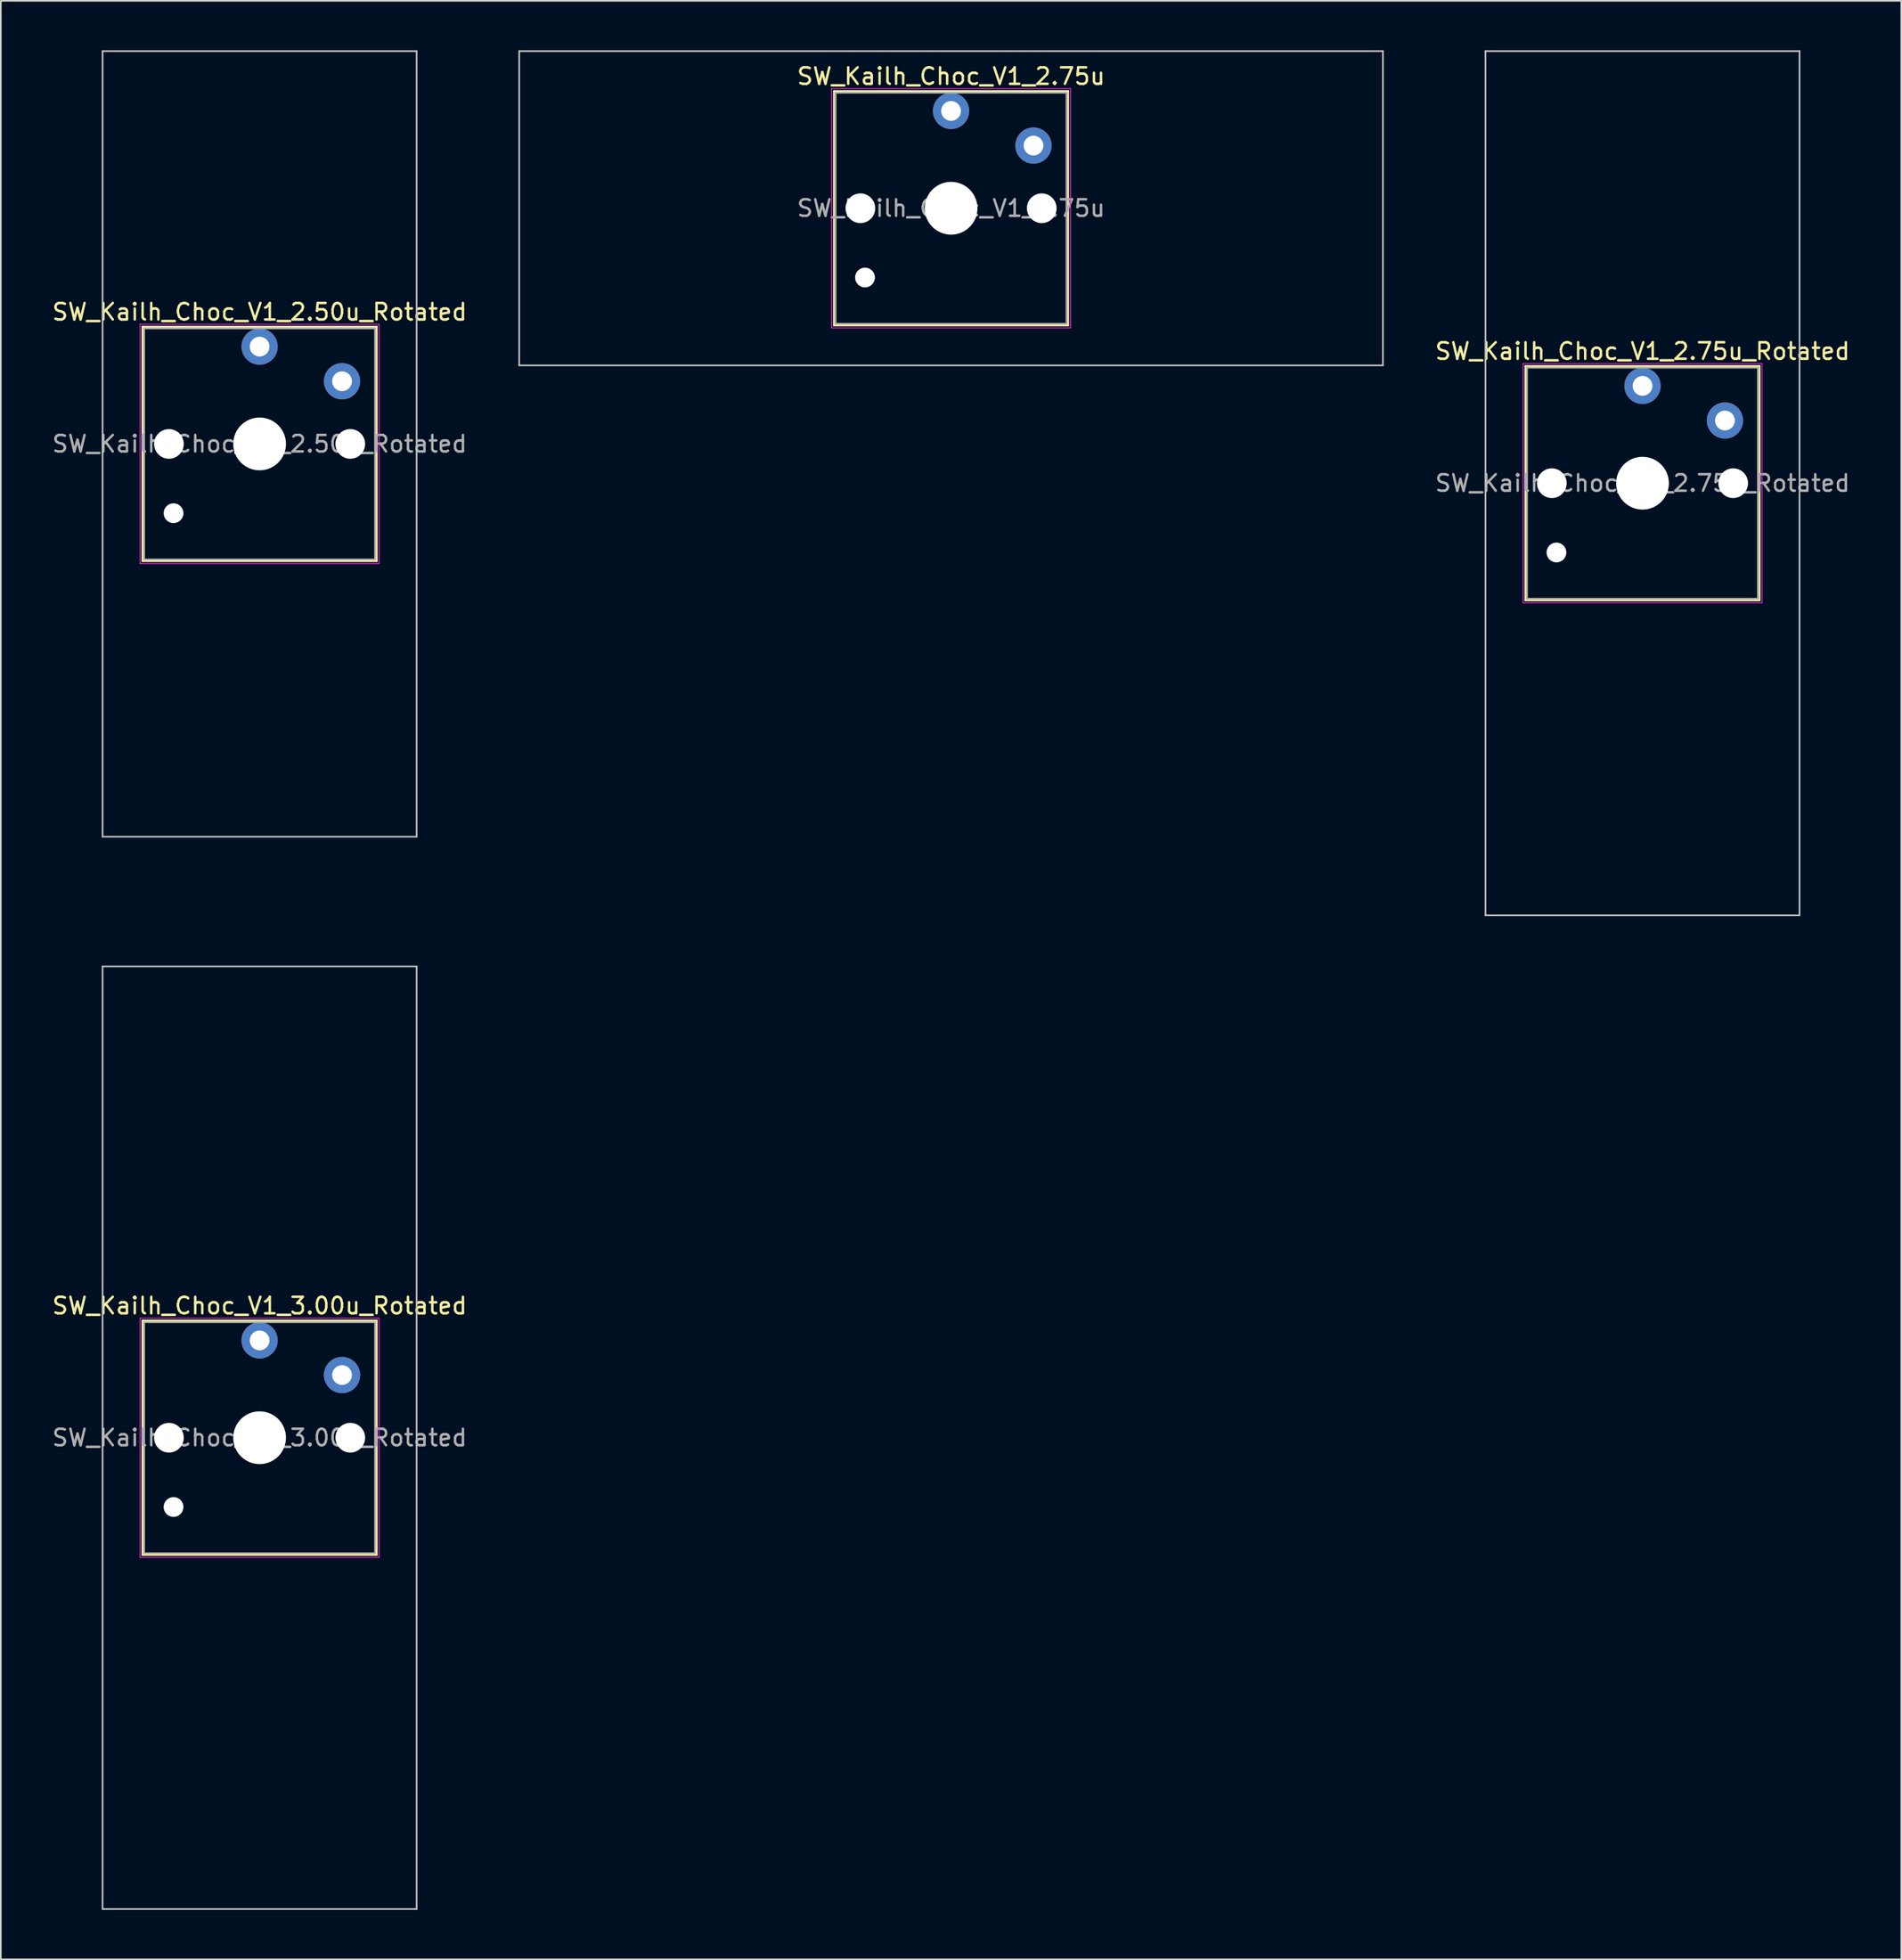
<source format=kicad_pcb>
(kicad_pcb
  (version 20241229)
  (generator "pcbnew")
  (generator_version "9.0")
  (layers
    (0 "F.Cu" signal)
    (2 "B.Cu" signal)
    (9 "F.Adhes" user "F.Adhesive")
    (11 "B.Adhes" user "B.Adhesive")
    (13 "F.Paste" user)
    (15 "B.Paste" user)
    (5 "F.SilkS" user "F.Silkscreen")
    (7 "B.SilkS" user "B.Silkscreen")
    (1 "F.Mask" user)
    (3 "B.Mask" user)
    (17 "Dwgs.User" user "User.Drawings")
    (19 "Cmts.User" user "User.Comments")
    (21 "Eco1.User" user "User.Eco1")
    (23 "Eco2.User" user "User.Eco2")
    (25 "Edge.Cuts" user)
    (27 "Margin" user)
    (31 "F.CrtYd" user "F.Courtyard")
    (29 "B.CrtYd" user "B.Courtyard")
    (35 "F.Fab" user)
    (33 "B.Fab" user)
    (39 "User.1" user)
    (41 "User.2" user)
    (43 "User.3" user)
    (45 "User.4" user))
  (footprint "SW_Kailh_Choc_V1_2.50u_Rotated"
    (layer "F.Cu")
    (at 12.696 23.863)
    (property "Reference" "SW_Kailh_Choc_V1_2.50u_Rotated" (at 0 -8 0) (layer "F.SilkS") (effects (font (size 1 1) (thickness 0.15))))
    (attr through_hole)
    (fp_line (start -7.1 -7.1) (end -7.1 7.1) (stroke (width 0.12) (type solid)) (layer "F.SilkS"))
    (fp_line (start -7.1 7.1) (end 7.1 7.1) (stroke (width 0.12) (type solid)) (layer "F.SilkS"))
    (fp_line (start 7.1 -7.1) (end -7.1 -7.1) (stroke (width 0.12) (type solid)) (layer "F.SilkS"))
    (fp_line (start 7.1 7.1) (end 7.1 -7.1) (stroke (width 0.12) (type solid)) (layer "F.SilkS"))
    (fp_line (start -9.525 -23.812) (end -9.525 23.812) (stroke (width 0.1) (type solid)) (layer "Dwgs.User"))
    (fp_line (start -9.525 23.812) (end 9.525 23.812) (stroke (width 0.1) (type solid)) (layer "Dwgs.User"))
    (fp_line (start 9.525 -23.812) (end -9.525 -23.812) (stroke (width 0.1) (type solid)) (layer "Dwgs.User"))
    (fp_line (start 9.525 23.812) (end 9.525 -23.812) (stroke (width 0.1) (type solid)) (layer "Dwgs.User"))
    (fp_line (start -7.25 -7.25) (end -7.25 7.25) (stroke (width 0.05) (type solid)) (layer "F.CrtYd"))
    (fp_line (start -7.25 7.25) (end 7.25 7.25) (stroke (width 0.05) (type solid)) (layer "F.CrtYd"))
    (fp_line (start 7.25 -7.25) (end -7.25 -7.25) (stroke (width 0.05) (type solid)) (layer "F.CrtYd"))
    (fp_line (start 7.25 7.25) (end 7.25 -7.25) (stroke (width 0.05) (type solid)) (layer "F.CrtYd"))
    (fp_line (start -7 -7) (end -7 7) (stroke (width 0.1) (type solid)) (layer "F.Fab"))
    (fp_line (start -7 7) (end 7 7) (stroke (width 0.1) (type solid)) (layer "F.Fab"))
    (fp_line (start 7 -7) (end -7 -7) (stroke (width 0.1) (type solid)) (layer "F.Fab"))
    (fp_line (start 7 7) (end 7 -7) (stroke (width 0.1) (type solid)) (layer "F.Fab"))
    (fp_text user "${REFERENCE}" (at 0 0 0) (layer "F.Fab") (effects (font (size 1 1) (thickness 0.15))))
    (pad "" np_thru_hole circle (at -5.5 0) (size 1.8 1.8) (drill 1.8) (layers "*.Cu" "*.Mask"))
    (pad "" np_thru_hole circle (at -5.22 4.2) (size 1.2 1.2) (drill 1.2) (layers "*.Cu" "*.Mask"))
    (pad "" np_thru_hole circle (at 0 0) (size 3.2 3.2) (drill 3.2) (layers "*.Cu" "*.Mask"))
    (pad "" np_thru_hole circle (at 5.5 0) (size 1.8 1.8) (drill 1.8) (layers "*.Cu" "*.Mask"))
    (pad "1" thru_hole circle (at 0 -5.9) (size 2.2 2.2) (drill 1.2) (layers "*.Cu" "B.Mask"))
    (pad "2" thru_hole circle (at 5 -3.8) (size 2.2 2.2) (drill 1.2) (layers "*.Cu" "B.Mask")))
  (footprint "SW_Kailh_Choc_V1_2.75u"
    (layer "F.Cu")
    (at 54.637 9.575)
    (property "Reference" "SW_Kailh_Choc_V1_2.75u" (at 0 -8 0) (layer "F.SilkS") (effects (font (size 1 1) (thickness 0.15))))
    (attr through_hole)
    (fp_line (start -7.1 -7.1) (end -7.1 7.1) (stroke (width 0.12) (type solid)) (layer "F.SilkS"))
    (fp_line (start -7.1 7.1) (end 7.1 7.1) (stroke (width 0.12) (type solid)) (layer "F.SilkS"))
    (fp_line (start 7.1 -7.1) (end -7.1 -7.1) (stroke (width 0.12) (type solid)) (layer "F.SilkS"))
    (fp_line (start 7.1 7.1) (end 7.1 -7.1) (stroke (width 0.12) (type solid)) (layer "F.SilkS"))
    (fp_line (start -26.194 -9.525) (end -26.194 9.525) (stroke (width 0.1) (type solid)) (layer "Dwgs.User"))
    (fp_line (start -26.194 9.525) (end 26.194 9.525) (stroke (width 0.1) (type solid)) (layer "Dwgs.User"))
    (fp_line (start 26.194 -9.525) (end -26.194 -9.525) (stroke (width 0.1) (type solid)) (layer "Dwgs.User"))
    (fp_line (start 26.194 9.525) (end 26.194 -9.525) (stroke (width 0.1) (type solid)) (layer "Dwgs.User"))
    (fp_line (start -7.25 -7.25) (end -7.25 7.25) (stroke (width 0.05) (type solid)) (layer "F.CrtYd"))
    (fp_line (start -7.25 7.25) (end 7.25 7.25) (stroke (width 0.05) (type solid)) (layer "F.CrtYd"))
    (fp_line (start 7.25 -7.25) (end -7.25 -7.25) (stroke (width 0.05) (type solid)) (layer "F.CrtYd"))
    (fp_line (start 7.25 7.25) (end 7.25 -7.25) (stroke (width 0.05) (type solid)) (layer "F.CrtYd"))
    (fp_line (start -7 -7) (end -7 7) (stroke (width 0.1) (type solid)) (layer "F.Fab"))
    (fp_line (start -7 7) (end 7 7) (stroke (width 0.1) (type solid)) (layer "F.Fab"))
    (fp_line (start 7 -7) (end -7 -7) (stroke (width 0.1) (type solid)) (layer "F.Fab"))
    (fp_line (start 7 7) (end 7 -7) (stroke (width 0.1) (type solid)) (layer "F.Fab"))
    (fp_text user "${REFERENCE}" (at 0 0 0) (layer "F.Fab") (effects (font (size 1 1) (thickness 0.15))))
    (pad "" np_thru_hole circle (at -5.5 0) (size 1.8 1.8) (drill 1.8) (layers "*.Cu" "*.Mask"))
    (pad "" np_thru_hole circle (at -5.22 4.2) (size 1.2 1.2) (drill 1.2) (layers "*.Cu" "*.Mask"))
    (pad "" np_thru_hole circle (at 0 0) (size 3.2 3.2) (drill 3.2) (layers "*.Cu" "*.Mask"))
    (pad "" np_thru_hole circle (at 5.5 0) (size 1.8 1.8) (drill 1.8) (layers "*.Cu" "*.Mask"))
    (pad "1" thru_hole circle (at 0 -5.9) (size 2.2 2.2) (drill 1.2) (layers "*.Cu" "B.Mask"))
    (pad "2" thru_hole circle (at 5 -3.8) (size 2.2 2.2) (drill 1.2) (layers "*.Cu" "B.Mask")))
  (footprint "SW_Kailh_Choc_V1_3.00u_Rotated"
    (layer "F.Cu")
    (at 12.696 84.112)
    (property "Reference" "SW_Kailh_Choc_V1_3.00u_Rotated" (at 0 -8 0) (layer "F.SilkS") (effects (font (size 1 1) (thickness 0.15))))
    (attr through_hole)
    (fp_line (start -7.1 -7.1) (end -7.1 7.1) (stroke (width 0.12) (type solid)) (layer "F.SilkS"))
    (fp_line (start -7.1 7.1) (end 7.1 7.1) (stroke (width 0.12) (type solid)) (layer "F.SilkS"))
    (fp_line (start 7.1 -7.1) (end -7.1 -7.1) (stroke (width 0.12) (type solid)) (layer "F.SilkS"))
    (fp_line (start 7.1 7.1) (end 7.1 -7.1) (stroke (width 0.12) (type solid)) (layer "F.SilkS"))
    (fp_line (start -9.525 -28.575) (end -9.525 28.575) (stroke (width 0.1) (type solid)) (layer "Dwgs.User"))
    (fp_line (start -9.525 28.575) (end 9.525 28.575) (stroke (width 0.1) (type solid)) (layer "Dwgs.User"))
    (fp_line (start 9.525 -28.575) (end -9.525 -28.575) (stroke (width 0.1) (type solid)) (layer "Dwgs.User"))
    (fp_line (start 9.525 28.575) (end 9.525 -28.575) (stroke (width 0.1) (type solid)) (layer "Dwgs.User"))
    (fp_line (start -7.25 -7.25) (end -7.25 7.25) (stroke (width 0.05) (type solid)) (layer "F.CrtYd"))
    (fp_line (start -7.25 7.25) (end 7.25 7.25) (stroke (width 0.05) (type solid)) (layer "F.CrtYd"))
    (fp_line (start 7.25 -7.25) (end -7.25 -7.25) (stroke (width 0.05) (type solid)) (layer "F.CrtYd"))
    (fp_line (start 7.25 7.25) (end 7.25 -7.25) (stroke (width 0.05) (type solid)) (layer "F.CrtYd"))
    (fp_line (start -7 -7) (end -7 7) (stroke (width 0.1) (type solid)) (layer "F.Fab"))
    (fp_line (start -7 7) (end 7 7) (stroke (width 0.1) (type solid)) (layer "F.Fab"))
    (fp_line (start 7 -7) (end -7 -7) (stroke (width 0.1) (type solid)) (layer "F.Fab"))
    (fp_line (start 7 7) (end 7 -7) (stroke (width 0.1) (type solid)) (layer "F.Fab"))
    (fp_text user "${REFERENCE}" (at 0 0 0) (layer "F.Fab") (effects (font (size 1 1) (thickness 0.15))))
    (pad "" np_thru_hole circle (at -5.5 0) (size 1.8 1.8) (drill 1.8) (layers "*.Cu" "*.Mask"))
    (pad "" np_thru_hole circle (at -5.22 4.2) (size 1.2 1.2) (drill 1.2) (layers "*.Cu" "*.Mask"))
    (pad "" np_thru_hole circle (at 0 0) (size 3.2 3.2) (drill 3.2) (layers "*.Cu" "*.Mask"))
    (pad "" np_thru_hole circle (at 5.5 0) (size 1.8 1.8) (drill 1.8) (layers "*.Cu" "*.Mask"))
    (pad "1" thru_hole circle (at 0 -5.9) (size 2.2 2.2) (drill 1.2) (layers "*.Cu" "B.Mask"))
    (pad "2" thru_hole circle (at 5 -3.8) (size 2.2 2.2) (drill 1.2) (layers "*.Cu" "B.Mask")))
  (footprint "SW_Kailh_Choc_V1_2.75u_Rotated"
    (layer "F.Cu")
    (at 96.577 26.244)
    (property "Reference" "SW_Kailh_Choc_V1_2.75u_Rotated" (at 0 -8 0) (layer "F.SilkS") (effects (font (size 1 1) (thickness 0.15))))
    (attr through_hole)
    (fp_line (start -7.1 -7.1) (end -7.1 7.1) (stroke (width 0.12) (type solid)) (layer "F.SilkS"))
    (fp_line (start -7.1 7.1) (end 7.1 7.1) (stroke (width 0.12) (type solid)) (layer "F.SilkS"))
    (fp_line (start 7.1 -7.1) (end -7.1 -7.1) (stroke (width 0.12) (type solid)) (layer "F.SilkS"))
    (fp_line (start 7.1 7.1) (end 7.1 -7.1) (stroke (width 0.12) (type solid)) (layer "F.SilkS"))
    (fp_line (start -9.525 -26.194) (end -9.525 26.194) (stroke (width 0.1) (type solid)) (layer "Dwgs.User"))
    (fp_line (start -9.525 26.194) (end 9.525 26.194) (stroke (width 0.1) (type solid)) (layer "Dwgs.User"))
    (fp_line (start 9.525 -26.194) (end -9.525 -26.194) (stroke (width 0.1) (type solid)) (layer "Dwgs.User"))
    (fp_line (start 9.525 26.194) (end 9.525 -26.194) (stroke (width 0.1) (type solid)) (layer "Dwgs.User"))
    (fp_line (start -7.25 -7.25) (end -7.25 7.25) (stroke (width 0.05) (type solid)) (layer "F.CrtYd"))
    (fp_line (start -7.25 7.25) (end 7.25 7.25) (stroke (width 0.05) (type solid)) (layer "F.CrtYd"))
    (fp_line (start 7.25 -7.25) (end -7.25 -7.25) (stroke (width 0.05) (type solid)) (layer "F.CrtYd"))
    (fp_line (start 7.25 7.25) (end 7.25 -7.25) (stroke (width 0.05) (type solid)) (layer "F.CrtYd"))
    (fp_line (start -7 -7) (end -7 7) (stroke (width 0.1) (type solid)) (layer "F.Fab"))
    (fp_line (start -7 7) (end 7 7) (stroke (width 0.1) (type solid)) (layer "F.Fab"))
    (fp_line (start 7 -7) (end -7 -7) (stroke (width 0.1) (type solid)) (layer "F.Fab"))
    (fp_line (start 7 7) (end 7 -7) (stroke (width 0.1) (type solid)) (layer "F.Fab"))
    (fp_text user "${REFERENCE}" (at 0 0 0) (layer "F.Fab") (effects (font (size 1 1) (thickness 0.15))))
    (pad "" np_thru_hole circle (at -5.5 0) (size 1.8 1.8) (drill 1.8) (layers "*.Cu" "*.Mask"))
    (pad "" np_thru_hole circle (at -5.22 4.2) (size 1.2 1.2) (drill 1.2) (layers "*.Cu" "*.Mask"))
    (pad "" np_thru_hole circle (at 0 0) (size 3.2 3.2) (drill 3.2) (layers "*.Cu" "*.Mask"))
    (pad "" np_thru_hole circle (at 5.5 0) (size 1.8 1.8) (drill 1.8) (layers "*.Cu" "*.Mask"))
    (pad "1" thru_hole circle (at 0 -5.9) (size 2.2 2.2) (drill 1.2) (layers "*.Cu" "B.Mask"))
    (pad "2" thru_hole circle (at 5 -3.8) (size 2.2 2.2) (drill 1.2) (layers "*.Cu" "B.Mask")))
  (gr_rect
    (start -3 -3)
    (end 112.273 115.737)
    (stroke (width 0.1) (type default))
    (fill no)
    (layer "Edge.Cuts")))
</source>
